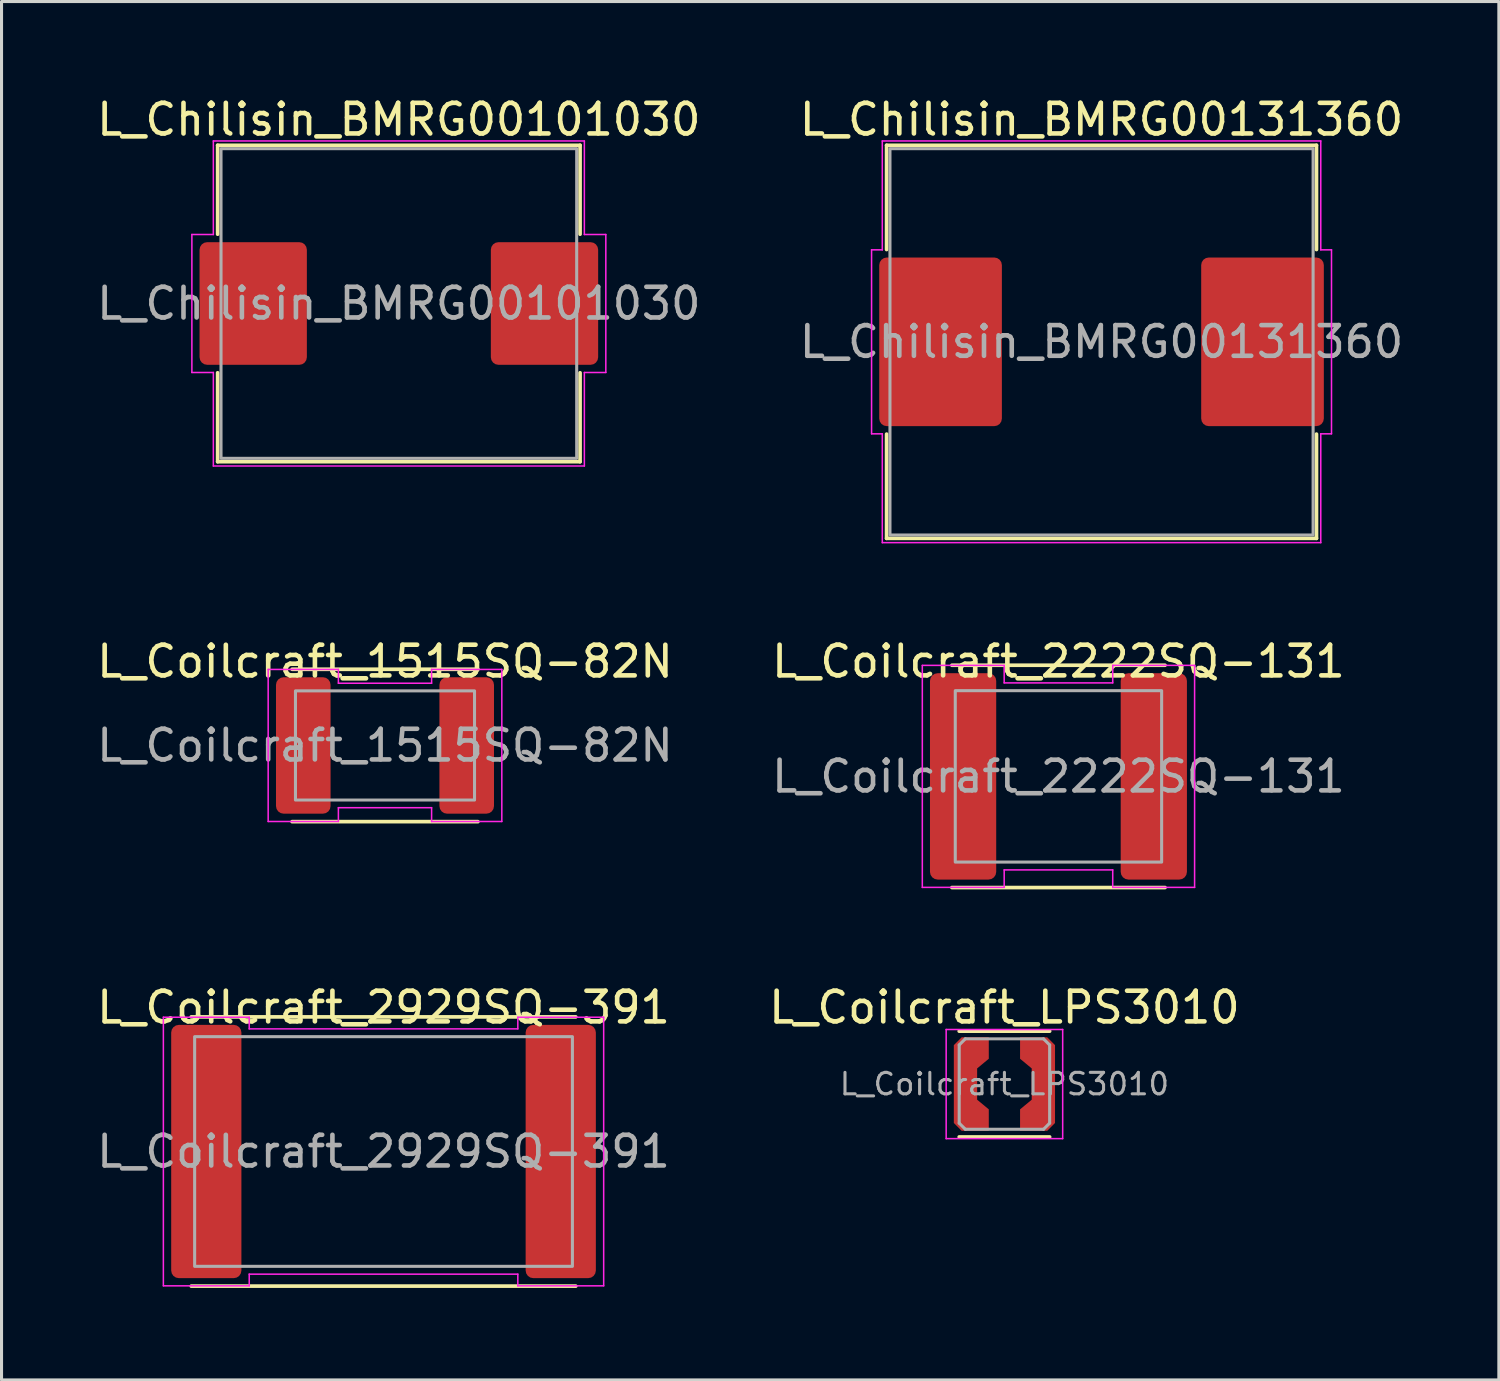
<source format=kicad_pcb>
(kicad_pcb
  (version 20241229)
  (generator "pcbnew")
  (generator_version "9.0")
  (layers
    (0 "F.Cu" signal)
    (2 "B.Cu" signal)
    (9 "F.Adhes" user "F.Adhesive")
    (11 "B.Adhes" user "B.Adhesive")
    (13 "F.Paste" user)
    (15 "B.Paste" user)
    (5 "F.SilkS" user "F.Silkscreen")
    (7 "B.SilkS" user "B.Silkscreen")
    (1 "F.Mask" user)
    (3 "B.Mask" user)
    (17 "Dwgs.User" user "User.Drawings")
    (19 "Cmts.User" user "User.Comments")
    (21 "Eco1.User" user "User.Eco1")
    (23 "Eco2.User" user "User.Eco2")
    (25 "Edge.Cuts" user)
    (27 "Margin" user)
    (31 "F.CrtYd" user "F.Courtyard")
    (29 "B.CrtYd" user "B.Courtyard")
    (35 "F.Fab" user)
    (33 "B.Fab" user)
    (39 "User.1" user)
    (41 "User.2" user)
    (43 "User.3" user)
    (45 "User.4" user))
  (footprint "L_Coilcraft_2222SQ-131"
    (layer "F.Cu")
    (at 31.47 22.271)
    (property "Reference" "L_Coilcraft_2222SQ-131" (at 0 -3.75 0) (layer "F.SilkS") (effects (font (size 1 1) (thickness 0.15))))
    (attr smd)
    (fp_line (start -3.475 -3.625) (end 3.475 -3.625) (stroke (width 0.12) (type solid)) (layer "F.SilkS"))
    (fp_line (start 3.475 3.625) (end -3.475 3.625) (stroke (width 0.12) (type solid)) (layer "F.SilkS"))
    (fp_line (start -4.44 -3.62) (end -1.77 -3.62) (stroke (width 0.05) (type solid)) (layer "F.CrtYd"))
    (fp_line (start -4.44 3.62) (end -4.44 -3.62) (stroke (width 0.05) (type solid)) (layer "F.CrtYd"))
    (fp_line (start -1.77 -3.62) (end -1.77 -3.05) (stroke (width 0.05) (type solid)) (layer "F.CrtYd"))
    (fp_line (start -1.77 -3.05) (end 1.77 -3.05) (stroke (width 0.05) (type solid)) (layer "F.CrtYd"))
    (fp_line (start -1.77 3.05) (end -1.77 3.62) (stroke (width 0.05) (type solid)) (layer "F.CrtYd"))
    (fp_line (start -1.77 3.62) (end -4.44 3.62) (stroke (width 0.05) (type solid)) (layer "F.CrtYd"))
    (fp_line (start 1.77 -3.62) (end 4.44 -3.62) (stroke (width 0.05) (type solid)) (layer "F.CrtYd"))
    (fp_line (start 1.77 -3.05) (end 1.77 -3.62) (stroke (width 0.05) (type solid)) (layer "F.CrtYd"))
    (fp_line (start 1.77 3.05) (end -1.77 3.05) (stroke (width 0.05) (type solid)) (layer "F.CrtYd"))
    (fp_line (start 1.77 3.62) (end 1.77 3.05) (stroke (width 0.05) (type solid)) (layer "F.CrtYd"))
    (fp_line (start 4.44 -3.62) (end 4.44 3.62) (stroke (width 0.05) (type solid)) (layer "F.CrtYd"))
    (fp_line (start 4.44 3.62) (end 1.77 3.62) (stroke (width 0.05) (type solid)) (layer "F.CrtYd"))
    (fp_rect (start -3.365 -2.795) (end 3.365 2.795) (stroke (width 0.1) (type solid)) (fill no) (layer "F.Fab"))
    (fp_text user "${REFERENCE}" (at 0 0 0) (layer "F.Fab") (effects (font (size 1 1) (thickness 0.15))))
    (pad "1" smd roundrect (at -3.11 0) (size 2.16 6.73) (layers "F.Cu" "F.Mask" "F.Paste") (roundrect_rratio 0.116))
    (pad "2" smd roundrect (at 3.11 0) (size 2.16 6.73) (layers "F.Cu" "F.Mask" "F.Paste") (roundrect_rratio 0.116)))
  (footprint "L_Coilcraft_2929SQ-391"
    (layer "F.Cu")
    (at 9.458 34.505)
    (property "Reference" "L_Coilcraft_2929SQ-391" (at 0 -4.7 0) (layer "F.SilkS") (effects (font (size 1 1) (thickness 0.15))))
    (attr smd)
    (fp_line (start -6.27 -4.39) (end 6.27 -4.39) (stroke (width 0.12) (type solid)) (layer "F.SilkS"))
    (fp_line (start 6.27 4.39) (end -6.27 4.39) (stroke (width 0.12) (type solid)) (layer "F.SilkS"))
    (fp_line (start -7.18 -4.38) (end -4.38 -4.38) (stroke (width 0.05) (type solid)) (layer "F.CrtYd"))
    (fp_line (start -7.18 4.38) (end -7.18 -4.38) (stroke (width 0.05) (type solid)) (layer "F.CrtYd"))
    (fp_line (start -4.38 -4.38) (end -4.38 -4) (stroke (width 0.05) (type solid)) (layer "F.CrtYd"))
    (fp_line (start -4.38 -4) (end 4.38 -4) (stroke (width 0.05) (type solid)) (layer "F.CrtYd"))
    (fp_line (start -4.38 4) (end -4.38 4.38) (stroke (width 0.05) (type solid)) (layer "F.CrtYd"))
    (fp_line (start -4.38 4.38) (end -7.18 4.38) (stroke (width 0.05) (type solid)) (layer "F.CrtYd"))
    (fp_line (start 4.38 -4.38) (end 7.18 -4.38) (stroke (width 0.05) (type solid)) (layer "F.CrtYd"))
    (fp_line (start 4.38 -4) (end 4.38 -4.38) (stroke (width 0.05) (type solid)) (layer "F.CrtYd"))
    (fp_line (start 4.38 4) (end -4.38 4) (stroke (width 0.05) (type solid)) (layer "F.CrtYd"))
    (fp_line (start 4.38 4.38) (end 4.38 4) (stroke (width 0.05) (type solid)) (layer "F.CrtYd"))
    (fp_line (start 7.18 -4.38) (end 7.18 4.38) (stroke (width 0.05) (type solid)) (layer "F.CrtYd"))
    (fp_line (start 7.18 4.38) (end 4.38 4.38) (stroke (width 0.05) (type solid)) (layer "F.CrtYd"))
    (fp_rect (start -6.16 -3.745) (end 6.16 3.745) (stroke (width 0.1) (type solid)) (fill no) (layer "F.Fab"))
    (fp_text user "${REFERENCE}" (at 0 0 0) (layer "F.Fab") (effects (font (size 1 1) (thickness 0.15))))
    (pad "1" smd roundrect (at -5.78 0) (size 2.29 8.26) (layers "F.Cu" "F.Mask" "F.Paste") (roundrect_rratio 0.109))
    (pad "2" smd roundrect (at 5.78 0) (size 2.29 8.26) (layers "F.Cu" "F.Mask" "F.Paste") (roundrect_rratio 0.109)))
  (footprint "L_Coilcraft_LPS3010"
    (layer "F.Cu")
    (at 29.708 32.305)
    (property "Reference" "L_Coilcraft_LPS3010" (at 0 -2.5 0) (layer "F.SilkS") (effects (font (size 1 1) (thickness 0.15))))
    (attr smd)
    (fp_line (start -1.475 -1.725) (end 1.475 -1.725) (stroke (width 0.12) (type solid)) (layer "F.SilkS"))
    (fp_line (start -1.475 1.725) (end 1.475 1.725) (stroke (width 0.12) (type solid)) (layer "F.SilkS"))
    (fp_line (start -1.9 -1.78) (end 1.9 -1.78) (stroke (width 0.05) (type solid)) (layer "F.CrtYd"))
    (fp_line (start -1.9 1.78) (end -1.9 -1.78) (stroke (width 0.05) (type solid)) (layer "F.CrtYd"))
    (fp_line (start 1.9 -1.78) (end 1.9 1.78) (stroke (width 0.05) (type solid)) (layer "F.CrtYd"))
    (fp_line (start 1.9 1.78) (end -1.9 1.78) (stroke (width 0.05) (type solid)) (layer "F.CrtYd"))
    (fp_line (start -1.475 -1.275) (end -1.275 -1.475) (stroke (width 0.1) (type solid)) (layer "F.Fab"))
    (fp_line (start -1.475 1.275) (end -1.475 -1.275) (stroke (width 0.1) (type solid)) (layer "F.Fab"))
    (fp_line (start -1.475 1.275) (end -1.275 1.475) (stroke (width 0.1) (type solid)) (layer "F.Fab"))
    (fp_line (start -1.275 -1.475) (end 1.275 -1.475) (stroke (width 0.1) (type solid)) (layer "F.Fab"))
    (fp_line (start 1.275 -1.475) (end 1.475 -1.275) (stroke (width 0.1) (type solid)) (layer "F.Fab"))
    (fp_line (start 1.275 1.475) (end -1.275 1.475) (stroke (width 0.1) (type solid)) (layer "F.Fab"))
    (fp_line (start 1.475 -1.275) (end 1.475 1.275) (stroke (width 0.1) (type solid)) (layer "F.Fab"))
    (fp_line (start 1.475 1.275) (end 1.275 1.475) (stroke (width 0.1) (type solid)) (layer "F.Fab"))
    (fp_text user "${REFERENCE}" (at 0 0 0) (layer "F.Fab") (effects (font (size 0.7 0.7) (thickness 0.1))))
    (pad "1" smd custom (at -1.27 0) (size 0.76 2.54) (layers "F.Cu" "F.Mask" "F.Paste") (options (anchor rect)) (primitives (gr_poly (pts (xy 0.76 -0.825) (xy 0.38 -0.51) (xy 0.38 0.51) (xy 0.76 0.825) (xy 0.76 1.525) (xy -0.125 1.525) (xy -0.38 1.27) (xy -0.38 -1.27) (xy -0.125 -1.525) (xy 0.76 -1.525)) (width 0) (fill yes))))
    (pad "2" smd custom (at 1.27 0 180) (size 0.76 2.54) (layers "F.Cu" "F.Mask" "F.Paste") (options (anchor rect)) (primitives (gr_poly (pts (xy 0.76 -0.825) (xy 0.38 -0.51) (xy 0.38 0.51) (xy 0.76 0.825) (xy 0.76 1.525) (xy -0.125 1.525) (xy -0.38 1.27) (xy -0.38 -1.27) (xy -0.125 -1.525) (xy 0.76 -1.525)) (width 0) (fill yes)))))
  (footprint "L_Coilcraft_1515SQ-82N"
    (layer "F.Cu")
    (at 9.506 21.262)
    (property "Reference" "L_Coilcraft_1515SQ-82N" (at 0 -2.74 0) (layer "F.SilkS") (effects (font (size 1 1) (thickness 0.15))))
    (attr smd)
    (fp_line (start -3.03 -2.485) (end 3.03 -2.485) (stroke (width 0.12) (type solid)) (layer "F.SilkS"))
    (fp_line (start 3.03 2.485) (end -3.03 2.485) (stroke (width 0.12) (type solid)) (layer "F.SilkS"))
    (fp_line (start -3.81 -2.48) (end -1.52 -2.48) (stroke (width 0.05) (type solid)) (layer "F.CrtYd"))
    (fp_line (start -3.81 2.48) (end -3.81 -2.48) (stroke (width 0.05) (type solid)) (layer "F.CrtYd"))
    (fp_line (start -1.52 -2.48) (end -1.52 -2.03) (stroke (width 0.05) (type solid)) (layer "F.CrtYd"))
    (fp_line (start -1.52 -2.03) (end 1.52 -2.03) (stroke (width 0.05) (type solid)) (layer "F.CrtYd"))
    (fp_line (start -1.52 2.03) (end -1.52 2.48) (stroke (width 0.05) (type solid)) (layer "F.CrtYd"))
    (fp_line (start -1.52 2.48) (end -3.81 2.48) (stroke (width 0.05) (type solid)) (layer "F.CrtYd"))
    (fp_line (start 1.52 -2.48) (end 3.81 -2.48) (stroke (width 0.05) (type solid)) (layer "F.CrtYd"))
    (fp_line (start 1.52 -2.03) (end 1.52 -2.48) (stroke (width 0.05) (type solid)) (layer "F.CrtYd"))
    (fp_line (start 1.52 2.03) (end -1.52 2.03) (stroke (width 0.05) (type solid)) (layer "F.CrtYd"))
    (fp_line (start 1.52 2.48) (end 1.52 2.03) (stroke (width 0.05) (type solid)) (layer "F.CrtYd"))
    (fp_line (start 3.81 -2.48) (end 3.81 2.48) (stroke (width 0.05) (type solid)) (layer "F.CrtYd"))
    (fp_line (start 3.81 2.48) (end 1.52 2.48) (stroke (width 0.05) (type solid)) (layer "F.CrtYd"))
    (fp_rect (start -2.92 -1.78) (end 2.92 1.78) (stroke (width 0.1) (type solid)) (fill no) (layer "F.Fab"))
    (fp_text user "${REFERENCE}" (at 0 0 0) (layer "F.Fab") (effects (font (size 1 1) (thickness 0.15))))
    (pad "1" smd roundrect (at -2.665 0) (size 1.78 4.45) (layers "F.Cu" "F.Mask" "F.Paste") (roundrect_rratio 0.14))
    (pad "2" smd roundrect (at 2.665 0) (size 1.78 4.45) (layers "F.Cu" "F.Mask" "F.Paste") (roundrect_rratio 0.14)))
  (footprint "L_Chilisin_BMRG00131360"
    (layer "F.Cu")
    (at 32.875 8.098)
    (property "Reference" "L_Chilisin_BMRG00131360" (at 0 -7.25 0) (layer "F.SilkS") (effects (font (size 1 1) (thickness 0.15))))
    (attr smd)
    (fp_line (start -7.01 -6.41) (end 7.01 -6.41) (stroke (width 0.12) (type solid)) (layer "F.SilkS"))
    (fp_line (start -7.01 -3.01) (end -7.01 -6.41) (stroke (width 0.12) (type solid)) (layer "F.SilkS"))
    (fp_line (start -7.01 6.41) (end -7.01 3.01) (stroke (width 0.12) (type solid)) (layer "F.SilkS"))
    (fp_line (start 7.01 -6.41) (end 7.01 -3.01) (stroke (width 0.12) (type solid)) (layer "F.SilkS"))
    (fp_line (start 7.01 3.01) (end 7.01 6.41) (stroke (width 0.12) (type solid)) (layer "F.SilkS"))
    (fp_line (start 7.01 6.41) (end -7.01 6.41) (stroke (width 0.12) (type solid)) (layer "F.SilkS"))
    (fp_line (start -7.5 -3) (end -7.15 -3) (stroke (width 0.05) (type solid)) (layer "F.CrtYd"))
    (fp_line (start -7.5 3) (end -7.5 -3) (stroke (width 0.05) (type solid)) (layer "F.CrtYd"))
    (fp_line (start -7.15 -6.55) (end 7.15 -6.55) (stroke (width 0.05) (type solid)) (layer "F.CrtYd"))
    (fp_line (start -7.15 -3) (end -7.15 -6.55) (stroke (width 0.05) (type solid)) (layer "F.CrtYd"))
    (fp_line (start -7.15 3) (end -7.5 3) (stroke (width 0.05) (type solid)) (layer "F.CrtYd"))
    (fp_line (start -7.15 6.55) (end -7.15 3) (stroke (width 0.05) (type solid)) (layer "F.CrtYd"))
    (fp_line (start 7.15 -6.55) (end 7.15 -3) (stroke (width 0.05) (type solid)) (layer "F.CrtYd"))
    (fp_line (start 7.15 -3) (end 7.5 -3) (stroke (width 0.05) (type solid)) (layer "F.CrtYd"))
    (fp_line (start 7.15 3) (end 7.15 6.55) (stroke (width 0.05) (type solid)) (layer "F.CrtYd"))
    (fp_line (start 7.15 6.55) (end -7.15 6.55) (stroke (width 0.05) (type solid)) (layer "F.CrtYd"))
    (fp_line (start 7.5 -3) (end 7.5 3) (stroke (width 0.05) (type solid)) (layer "F.CrtYd"))
    (fp_line (start 7.5 3) (end 7.15 3) (stroke (width 0.05) (type solid)) (layer "F.CrtYd"))
    (fp_rect (start -6.9 -6.3) (end 6.9 6.3) (stroke (width 0.1) (type solid)) (fill no) (layer "F.Fab"))
    (fp_text user "${REFERENCE}" (at 0 0 0) (layer "F.Fab") (effects (font (size 1 1) (thickness 0.15))))
    (pad "1" smd roundrect (at -5.25 0) (size 4 5.5) (layers "F.Cu" "F.Mask" "F.Paste") (roundrect_rratio 0.062))
    (pad "2" smd roundrect (at 5.25 0) (size 4 5.5) (layers "F.Cu" "F.Mask" "F.Paste") (roundrect_rratio 0.062)))
  (footprint "L_Chilisin_BMRG00101030"
    (layer "F.Cu")
    (at 9.958 6.848)
    (property "Reference" "L_Chilisin_BMRG00101030" (at 0 -6 0) (layer "F.SilkS") (effects (font (size 1 1) (thickness 0.15))))
    (attr smd)
    (fp_line (start -5.91 -5.16) (end 5.91 -5.16) (stroke (width 0.12) (type solid)) (layer "F.SilkS"))
    (fp_line (start -5.91 -2.26) (end -5.91 -5.16) (stroke (width 0.12) (type solid)) (layer "F.SilkS"))
    (fp_line (start -5.91 5.16) (end -5.91 2.26) (stroke (width 0.12) (type solid)) (layer "F.SilkS"))
    (fp_line (start 5.91 -5.16) (end 5.91 -2.26) (stroke (width 0.12) (type solid)) (layer "F.SilkS"))
    (fp_line (start 5.91 2.26) (end 5.91 5.16) (stroke (width 0.12) (type solid)) (layer "F.SilkS"))
    (fp_line (start 5.91 5.16) (end -5.91 5.16) (stroke (width 0.12) (type solid)) (layer "F.SilkS"))
    (fp_line (start -6.75 -2.25) (end -6.05 -2.25) (stroke (width 0.05) (type solid)) (layer "F.CrtYd"))
    (fp_line (start -6.75 2.25) (end -6.75 -2.25) (stroke (width 0.05) (type solid)) (layer "F.CrtYd"))
    (fp_line (start -6.05 -5.3) (end 6.05 -5.3) (stroke (width 0.05) (type solid)) (layer "F.CrtYd"))
    (fp_line (start -6.05 -2.25) (end -6.05 -5.3) (stroke (width 0.05) (type solid)) (layer "F.CrtYd"))
    (fp_line (start -6.05 2.25) (end -6.75 2.25) (stroke (width 0.05) (type solid)) (layer "F.CrtYd"))
    (fp_line (start -6.05 5.3) (end -6.05 2.25) (stroke (width 0.05) (type solid)) (layer "F.CrtYd"))
    (fp_line (start 6.05 -5.3) (end 6.05 -2.25) (stroke (width 0.05) (type solid)) (layer "F.CrtYd"))
    (fp_line (start 6.05 -2.25) (end 6.75 -2.25) (stroke (width 0.05) (type solid)) (layer "F.CrtYd"))
    (fp_line (start 6.05 2.25) (end 6.05 5.3) (stroke (width 0.05) (type solid)) (layer "F.CrtYd"))
    (fp_line (start 6.05 5.3) (end -6.05 5.3) (stroke (width 0.05) (type solid)) (layer "F.CrtYd"))
    (fp_line (start 6.75 -2.25) (end 6.75 2.25) (stroke (width 0.05) (type solid)) (layer "F.CrtYd"))
    (fp_line (start 6.75 2.25) (end 6.05 2.25) (stroke (width 0.05) (type solid)) (layer "F.CrtYd"))
    (fp_rect (start -5.8 -5.05) (end 5.8 5.05) (stroke (width 0.1) (type solid)) (fill no) (layer "F.Fab"))
    (fp_text user "${REFERENCE}" (at 0 0 0) (layer "F.Fab") (effects (font (size 1 1) (thickness 0.15))))
    (pad "1" smd roundrect (at -4.75 0) (size 3.5 4) (layers "F.Cu" "F.Mask" "F.Paste") (roundrect_rratio 0.071))
    (pad "2" smd roundrect (at 4.75 0) (size 3.5 4) (layers "F.Cu" "F.Mask" "F.Paste") (roundrect_rratio 0.071)))
  (gr_rect
    (start -3 -3)
    (end 45.833 41.955)
    (stroke (width 0.1) (type default))
    (fill no)
    (layer "Edge.Cuts")))
</source>
